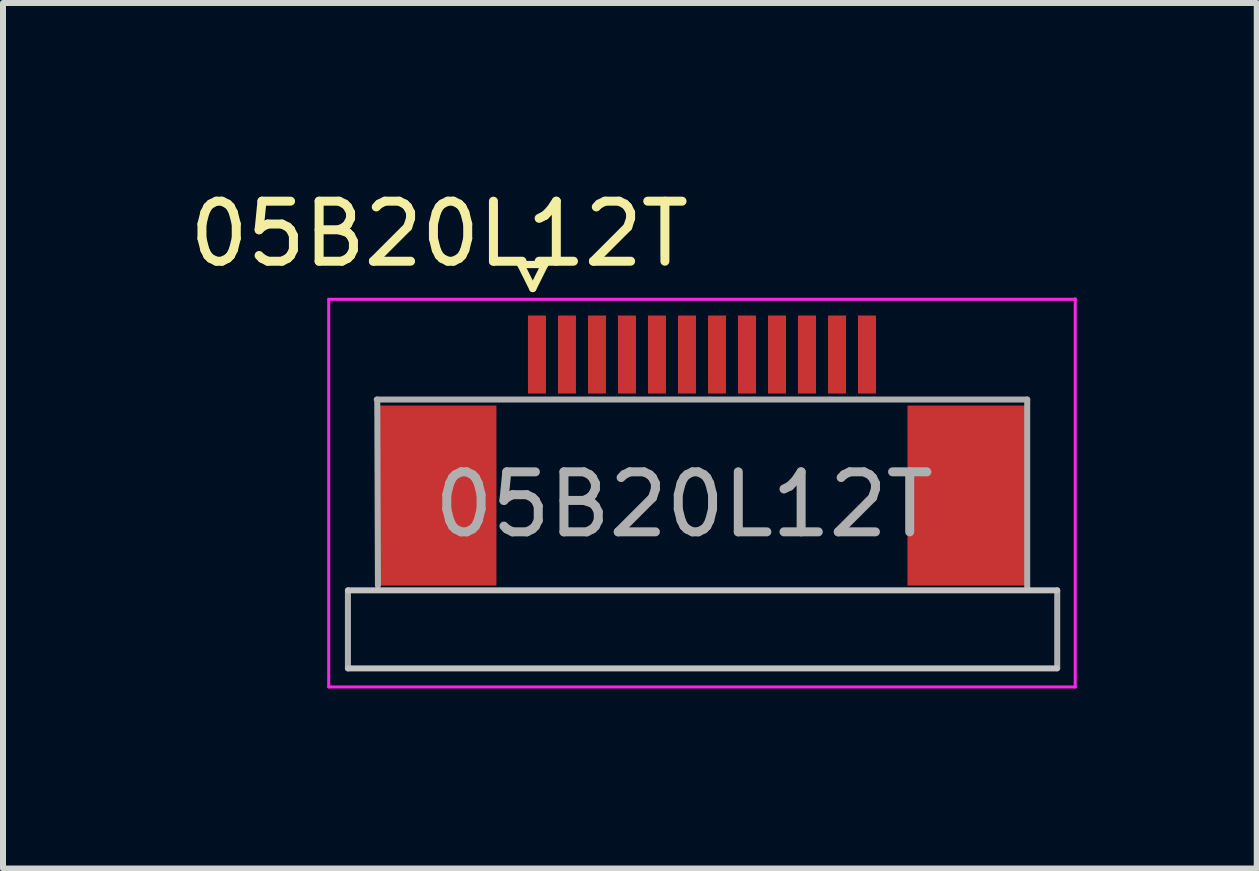
<source format=kicad_pcb>
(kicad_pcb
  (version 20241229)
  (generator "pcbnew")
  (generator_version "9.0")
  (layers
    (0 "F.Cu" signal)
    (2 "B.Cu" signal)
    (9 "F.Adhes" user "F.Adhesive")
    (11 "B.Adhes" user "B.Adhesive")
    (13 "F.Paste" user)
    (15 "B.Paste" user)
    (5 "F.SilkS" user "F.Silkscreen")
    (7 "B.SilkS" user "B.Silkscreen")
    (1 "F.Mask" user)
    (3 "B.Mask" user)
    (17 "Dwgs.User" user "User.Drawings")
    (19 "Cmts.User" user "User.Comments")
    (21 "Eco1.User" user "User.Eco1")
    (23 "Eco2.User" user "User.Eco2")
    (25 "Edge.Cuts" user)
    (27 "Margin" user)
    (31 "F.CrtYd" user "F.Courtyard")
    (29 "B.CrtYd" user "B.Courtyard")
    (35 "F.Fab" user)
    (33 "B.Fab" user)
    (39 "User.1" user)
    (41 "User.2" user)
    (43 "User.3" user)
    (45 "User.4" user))
  (footprint "05B20L12T"
    (layer "F.Cu")
    (at 8.648 4.658)
    (property "Reference" "05B20L12T" (at -4.38 -3.81 0) (layer "F.SilkS") (effects (font (size 1 1) (thickness 0.15))))
    (attr smd)
    (fp_line (start -3.02 -3.3) (end -2.82 -2.9) (stroke (width 0.12) (type solid)) (layer "F.SilkS"))
    (fp_line (start -2.82 -2.9) (end -2.62 -3.3) (stroke (width 0.12) (type solid)) (layer "F.SilkS"))
    (fp_line (start -2.62 -3.3) (end -3.02 -3.3) (stroke (width 0.12) (type solid)) (layer "F.SilkS"))
    (fp_line (start 5.91 3.43) (end -5.9 3.43) (stroke (width 0.1) (type solid)) (layer "Dwgs.User"))
    (fp_line (start 5.92 2.13) (end -5.9 2.13) (stroke (width 0.1) (type solid)) (layer "Dwgs.User"))
    (fp_line (start -6.22 -2.72) (end -6.22 3.74) (stroke (width 0.05) (type solid)) (layer "F.CrtYd"))
    (fp_line (start -6.22 3.74) (end 6.22 3.74) (stroke (width 0.05) (type solid)) (layer "F.CrtYd"))
    (fp_line (start 6.22 -2.72) (end -6.22 -2.72) (stroke (width 0.05) (type solid)) (layer "F.CrtYd"))
    (fp_line (start 6.22 3.74) (end 6.22 -2.73) (stroke (width 0.05) (type solid)) (layer "F.CrtYd"))
    (fp_line (start -5.9 3.43) (end -5.9 2.13) (stroke (width 0.1) (type solid)) (layer "F.Fab"))
    (fp_line (start -5.42 -1.05) (end 5.42 -1.05) (stroke (width 0.1) (type solid)) (layer "F.Fab"))
    (fp_line (start -5.4 2.05) (end -5.411 -1.05) (stroke (width 0.1) (type solid)) (layer "F.Fab"))
    (fp_line (start 5.42 -1.05) (end 5.42 2.12) (stroke (width 0.1) (type solid)) (layer "F.Fab"))
    (fp_line (start 5.92 2.13) (end 5.92 3.43) (stroke (width 0.1) (type solid)) (layer "F.Fab"))
    (fp_text user "${REFERENCE}" (at -0.3 0.7 0) (layer "F.Fab") (effects (font (size 1 1) (thickness 0.15))))
    (pad "1" smd rect (at -2.75 -1.8) (size 0.3 1.3) (layers "F.Cu" "F.Mask" "F.Paste"))
    (pad "2" smd rect (at -2.25 -1.8) (size 0.3 1.3) (layers "F.Cu" "F.Mask" "F.Paste"))
    (pad "3" smd rect (at -1.75 -1.8) (size 0.3 1.3) (layers "F.Cu" "F.Mask" "F.Paste"))
    (pad "4" smd rect (at -1.25 -1.8) (size 0.3 1.3) (layers "F.Cu" "F.Mask" "F.Paste"))
    (pad "5" smd rect (at -0.75 -1.8) (size 0.3 1.3) (layers "F.Cu" "F.Mask" "F.Paste"))
    (pad "6" smd rect (at -0.25 -1.8) (size 0.3 1.3) (layers "F.Cu" "F.Mask" "F.Paste"))
    (pad "7" smd rect (at 0.25 -1.8) (size 0.3 1.3) (layers "F.Cu" "F.Mask" "F.Paste"))
    (pad "8" smd rect (at 0.75 -1.8) (size 0.3 1.3) (layers "F.Cu" "F.Mask" "F.Paste"))
    (pad "9" smd rect (at 1.25 -1.8) (size 0.3 1.3) (layers "F.Cu" "F.Mask" "F.Paste"))
    (pad "10" smd rect (at 1.75 -1.8) (size 0.3 1.3) (layers "F.Cu" "F.Mask" "F.Paste"))
    (pad "11" smd rect (at 2.25 -1.8) (size 0.3 1.3) (layers "F.Cu" "F.Mask" "F.Paste"))
    (pad "12" smd rect (at 2.75 -1.8) (size 0.3 1.3) (layers "F.Cu" "F.Mask" "F.Paste"))
    (pad "13" smd rect (at 4.425 0.55) (size 2 3) (layers "F.Cu" "F.Mask" "F.Paste"))
    (pad "14" smd rect (at -4.425 0.55) (size 2 3) (layers "F.Cu" "F.Mask" "F.Paste")))
  (gr_rect
    (start -3 -3)
    (end 17.893 11.423)
    (stroke (width 0.1) (type default))
    (fill no)
    (layer "Edge.Cuts")))
</source>
